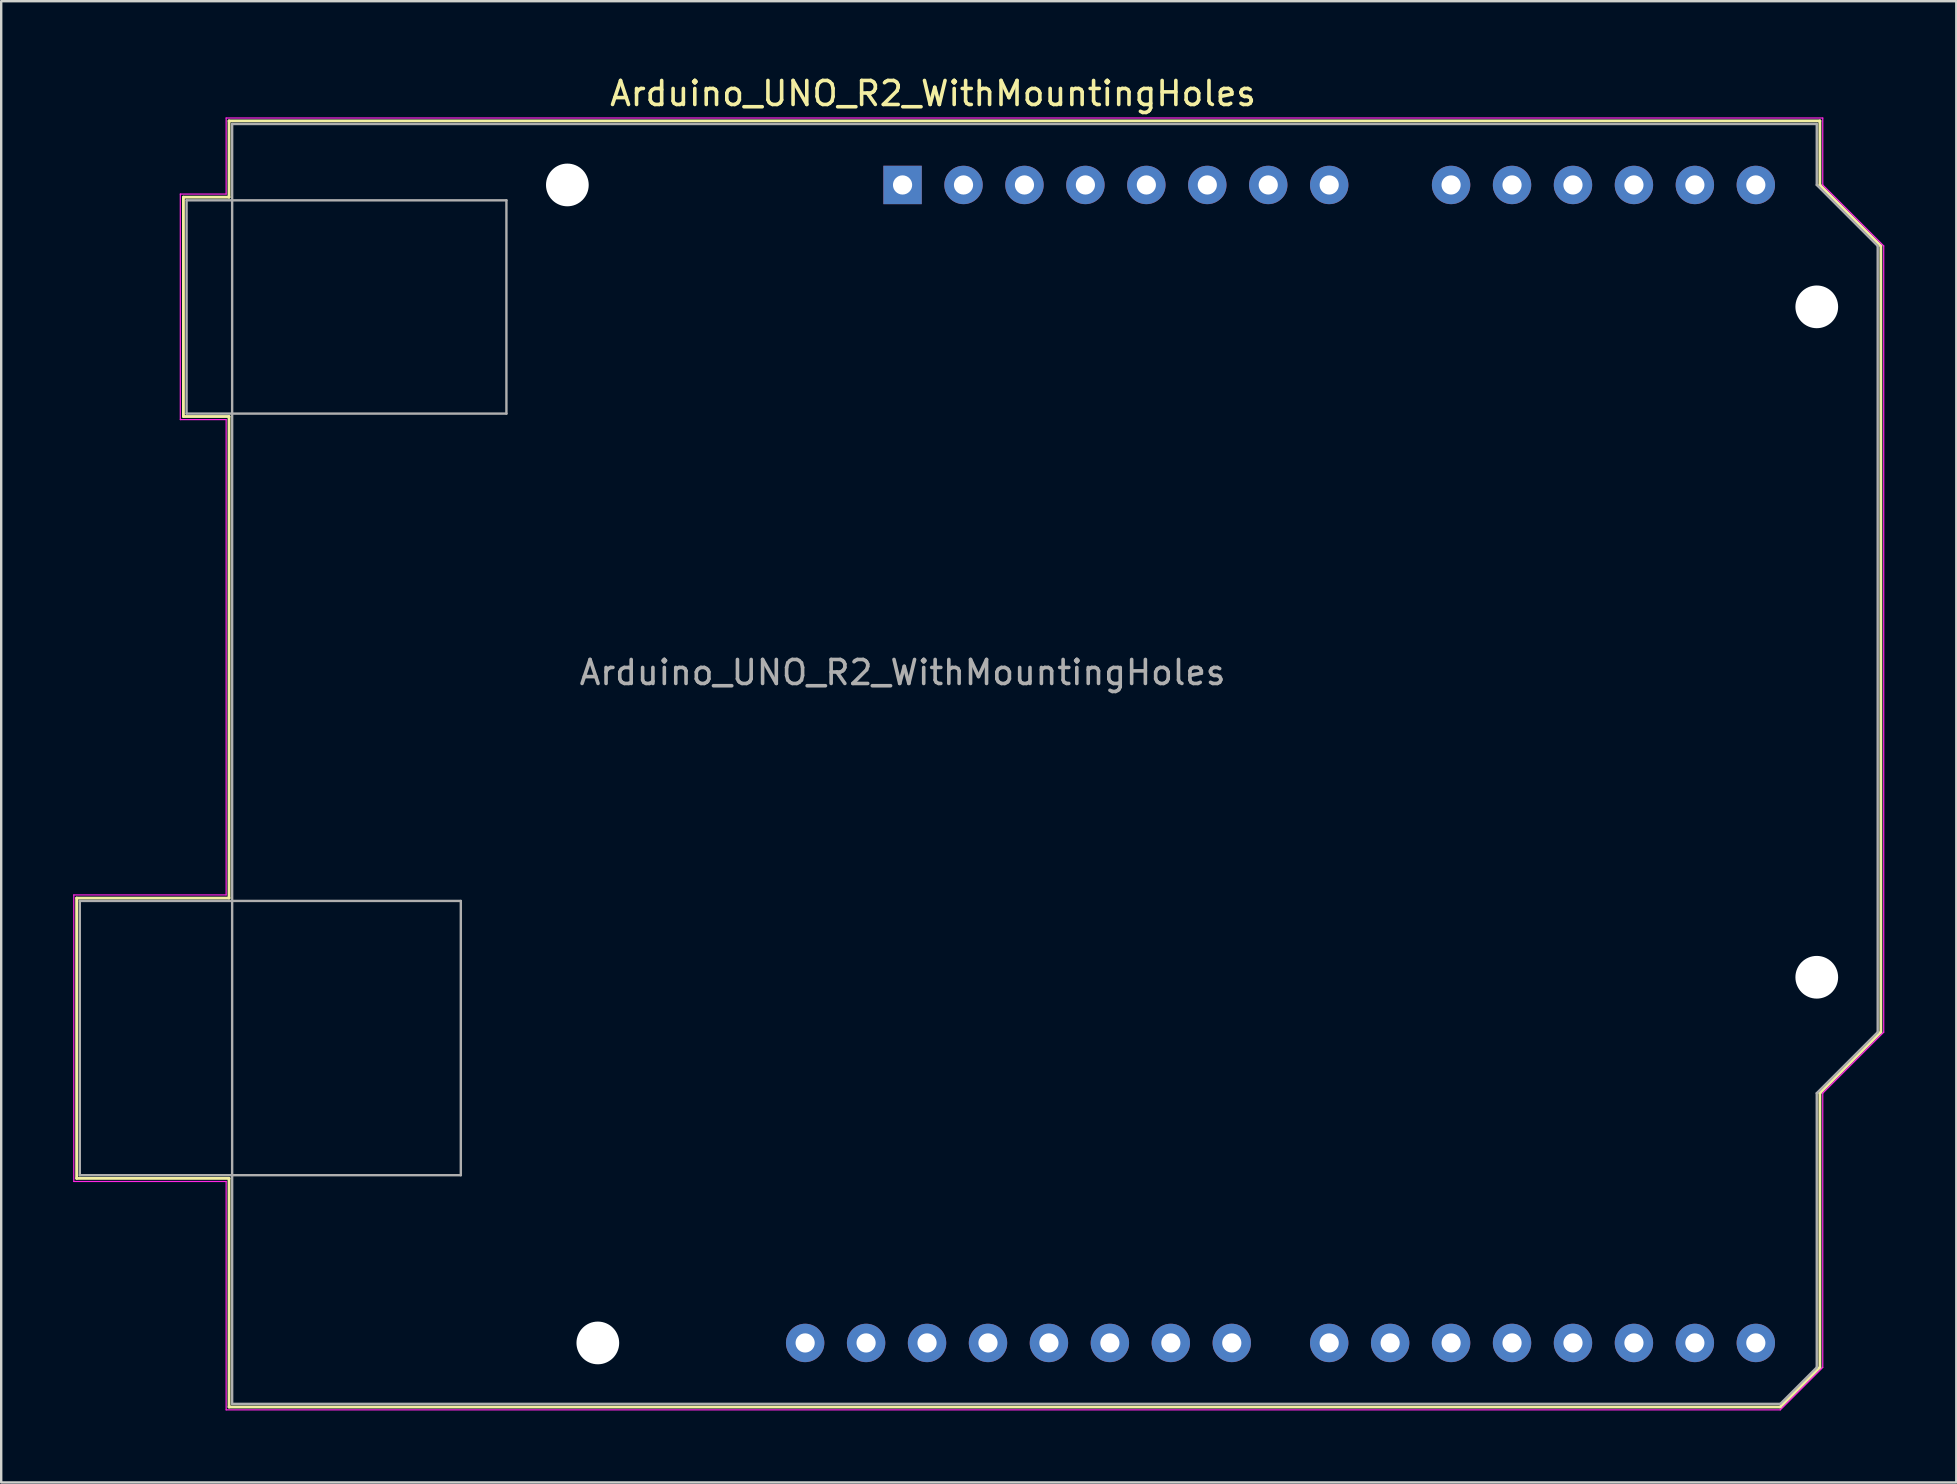
<source format=kicad_pcb>
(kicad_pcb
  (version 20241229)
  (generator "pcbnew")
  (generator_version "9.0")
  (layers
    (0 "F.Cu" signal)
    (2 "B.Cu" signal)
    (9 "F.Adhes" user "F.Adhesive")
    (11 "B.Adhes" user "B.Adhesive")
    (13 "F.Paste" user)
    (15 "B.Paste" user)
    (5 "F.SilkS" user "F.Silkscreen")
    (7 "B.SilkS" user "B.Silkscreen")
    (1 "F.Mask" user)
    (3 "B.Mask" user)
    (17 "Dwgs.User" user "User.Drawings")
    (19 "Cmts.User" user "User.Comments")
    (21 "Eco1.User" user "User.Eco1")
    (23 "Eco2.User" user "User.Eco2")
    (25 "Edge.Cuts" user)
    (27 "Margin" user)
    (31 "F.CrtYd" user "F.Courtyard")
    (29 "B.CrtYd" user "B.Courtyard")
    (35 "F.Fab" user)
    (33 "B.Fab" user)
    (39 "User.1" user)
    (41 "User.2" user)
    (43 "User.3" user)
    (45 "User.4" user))
  (footprint "Arduino_UNO_R2_WithMountingHoles"
    (layer "F.Cu")
    (at 34.565 4.658)
    (property "Reference" "Arduino_UNO_R2_WithMountingHoles" (at 1.27 -3.81 180) (layer "F.SilkS") (effects (font (size 1 1) (thickness 0.15))))
    (attr through_hole)
    (fp_line (start -34.42 29.72) (end -34.42 41.4) (stroke (width 0.12) (type solid)) (layer "F.SilkS"))
    (fp_line (start -34.42 41.4) (end -28.07 41.4) (stroke (width 0.12) (type solid)) (layer "F.SilkS"))
    (fp_line (start -29.97 0.51) (end -29.97 9.65) (stroke (width 0.12) (type solid)) (layer "F.SilkS"))
    (fp_line (start -29.97 9.65) (end -28.07 9.65) (stroke (width 0.12) (type solid)) (layer "F.SilkS"))
    (fp_line (start -28.07 -2.67) (end -28.07 0.51) (stroke (width 0.12) (type solid)) (layer "F.SilkS"))
    (fp_line (start -28.07 0.51) (end -29.97 0.51) (stroke (width 0.12) (type solid)) (layer "F.SilkS"))
    (fp_line (start -28.07 9.65) (end -28.07 29.72) (stroke (width 0.12) (type solid)) (layer "F.SilkS"))
    (fp_line (start -28.07 29.72) (end -34.42 29.72) (stroke (width 0.12) (type solid)) (layer "F.SilkS"))
    (fp_line (start -28.07 41.4) (end -28.07 50.93) (stroke (width 0.12) (type solid)) (layer "F.SilkS"))
    (fp_line (start -28.07 50.93) (end 36.58 50.93) (stroke (width 0.12) (type solid)) (layer "F.SilkS"))
    (fp_line (start 36.58 50.93) (end 38.23 49.28) (stroke (width 0.12) (type solid)) (layer "F.SilkS"))
    (fp_line (start 38.23 -2.67) (end -28.07 -2.67) (stroke (width 0.12) (type solid)) (layer "F.SilkS"))
    (fp_line (start 38.23 0) (end 38.23 -2.67) (stroke (width 0.12) (type solid)) (layer "F.SilkS"))
    (fp_line (start 38.23 37.85) (end 40.77 35.31) (stroke (width 0.12) (type solid)) (layer "F.SilkS"))
    (fp_line (start 38.23 49.28) (end 38.23 37.85) (stroke (width 0.12) (type solid)) (layer "F.SilkS"))
    (fp_line (start 40.77 2.54) (end 38.23 0) (stroke (width 0.12) (type solid)) (layer "F.SilkS"))
    (fp_line (start 40.77 35.31) (end 40.77 2.54) (stroke (width 0.12) (type solid)) (layer "F.SilkS"))
    (fp_line (start -34.54 29.59) (end -28.19 29.59) (stroke (width 0.05) (type solid)) (layer "F.CrtYd"))
    (fp_line (start -34.54 41.53) (end -34.54 29.59) (stroke (width 0.05) (type solid)) (layer "F.CrtYd"))
    (fp_line (start -30.1 0.38) (end -28.19 0.38) (stroke (width 0.05) (type solid)) (layer "F.CrtYd"))
    (fp_line (start -30.1 9.78) (end -30.1 0.38) (stroke (width 0.05) (type solid)) (layer "F.CrtYd"))
    (fp_line (start -28.19 -2.79) (end 38.35 -2.79) (stroke (width 0.05) (type solid)) (layer "F.CrtYd"))
    (fp_line (start -28.19 0.38) (end -28.19 -2.79) (stroke (width 0.05) (type solid)) (layer "F.CrtYd"))
    (fp_line (start -28.19 9.78) (end -30.1 9.78) (stroke (width 0.05) (type solid)) (layer "F.CrtYd"))
    (fp_line (start -28.19 29.59) (end -28.19 9.78) (stroke (width 0.05) (type solid)) (layer "F.CrtYd"))
    (fp_line (start -28.19 41.53) (end -34.54 41.53) (stroke (width 0.05) (type solid)) (layer "F.CrtYd"))
    (fp_line (start -28.19 51.05) (end -28.19 41.53) (stroke (width 0.05) (type solid)) (layer "F.CrtYd"))
    (fp_line (start 36.58 51.05) (end -28.19 51.05) (stroke (width 0.05) (type solid)) (layer "F.CrtYd"))
    (fp_line (start 38.35 -2.79) (end 38.35 0) (stroke (width 0.05) (type solid)) (layer "F.CrtYd"))
    (fp_line (start 38.35 0) (end 40.89 2.54) (stroke (width 0.05) (type solid)) (layer "F.CrtYd"))
    (fp_line (start 38.35 37.85) (end 38.35 49.28) (stroke (width 0.05) (type solid)) (layer "F.CrtYd"))
    (fp_line (start 38.35 49.28) (end 36.58 51.05) (stroke (width 0.05) (type solid)) (layer "F.CrtYd"))
    (fp_line (start 40.89 2.54) (end 40.89 35.31) (stroke (width 0.05) (type solid)) (layer "F.CrtYd"))
    (fp_line (start 40.89 35.31) (end 38.35 37.85) (stroke (width 0.05) (type solid)) (layer "F.CrtYd"))
    (fp_line (start -34.29 29.84) (end -18.41 29.84) (stroke (width 0.1) (type solid)) (layer "F.Fab"))
    (fp_line (start -34.29 41.27) (end -34.29 29.84) (stroke (width 0.1) (type solid)) (layer "F.Fab"))
    (fp_line (start -29.84 0.64) (end -16.51 0.64) (stroke (width 0.1) (type solid)) (layer "F.Fab"))
    (fp_line (start -29.84 9.53) (end -29.84 0.64) (stroke (width 0.1) (type solid)) (layer "F.Fab"))
    (fp_line (start -27.94 -2.54) (end 38.1 -2.54) (stroke (width 0.1) (type solid)) (layer "F.Fab"))
    (fp_line (start -27.94 50.8) (end -27.94 -2.54) (stroke (width 0.1) (type solid)) (layer "F.Fab"))
    (fp_line (start -18.41 29.84) (end -18.41 41.27) (stroke (width 0.1) (type solid)) (layer "F.Fab"))
    (fp_line (start -18.41 41.27) (end -34.29 41.27) (stroke (width 0.1) (type solid)) (layer "F.Fab"))
    (fp_line (start -16.51 0.64) (end -16.51 9.53) (stroke (width 0.1) (type solid)) (layer "F.Fab"))
    (fp_line (start -16.51 9.53) (end -29.84 9.53) (stroke (width 0.1) (type solid)) (layer "F.Fab"))
    (fp_line (start 36.58 50.8) (end -27.94 50.8) (stroke (width 0.1) (type solid)) (layer "F.Fab"))
    (fp_line (start 38.1 -2.54) (end 38.1 0) (stroke (width 0.1) (type solid)) (layer "F.Fab"))
    (fp_line (start 38.1 0) (end 40.64 2.54) (stroke (width 0.1) (type solid)) (layer "F.Fab"))
    (fp_line (start 38.1 37.85) (end 38.1 49.28) (stroke (width 0.1) (type solid)) (layer "F.Fab"))
    (fp_line (start 38.1 49.28) (end 36.58 50.8) (stroke (width 0.1) (type solid)) (layer "F.Fab"))
    (fp_line (start 40.64 2.54) (end 40.64 35.31) (stroke (width 0.1) (type solid)) (layer "F.Fab"))
    (fp_line (start 40.64 35.31) (end 38.1 37.85) (stroke (width 0.1) (type solid)) (layer "F.Fab"))
    (fp_text user "${REFERENCE}" (at 0 20.32 180) (layer "F.Fab") (effects (font (size 1 1) (thickness 0.15))))
    (pad "" np_thru_hole circle (at -13.97 0 90) (size 1.78 1.78) (drill 1.78) (layers "*.Cu" "*.Mask"))
    (pad "" np_thru_hole circle (at -12.7 48.26 90) (size 1.78 1.78) (drill 1.78) (layers "*.Cu" "*.Mask"))
    (pad "" np_thru_hole circle (at 38.1 5.08 90) (size 1.78 1.78) (drill 1.78) (layers "*.Cu" "*.Mask"))
    (pad "" np_thru_hole circle (at 38.1 33.02 90) (size 1.78 1.78) (drill 1.78) (layers "*.Cu" "*.Mask"))
    (pad "1" thru_hole rect (at 0 0 90) (size 1.6 1.6) (drill 0.8) (layers "*.Cu" "*.Mask"))
    (pad "2" thru_hole oval (at 2.54 0 90) (size 1.6 1.6) (drill 0.8) (layers "*.Cu" "*.Mask"))
    (pad "3" thru_hole oval (at 5.08 0 90) (size 1.6 1.6) (drill 0.8) (layers "*.Cu" "*.Mask"))
    (pad "4" thru_hole oval (at 7.62 0 90) (size 1.6 1.6) (drill 0.8) (layers "*.Cu" "*.Mask"))
    (pad "5" thru_hole oval (at 10.16 0 90) (size 1.6 1.6) (drill 0.8) (layers "*.Cu" "*.Mask"))
    (pad "6" thru_hole oval (at 12.7 0 90) (size 1.6 1.6) (drill 0.8) (layers "*.Cu" "*.Mask"))
    (pad "7" thru_hole oval (at 15.24 0 90) (size 1.6 1.6) (drill 0.8) (layers "*.Cu" "*.Mask"))
    (pad "8" thru_hole oval (at 17.78 0 90) (size 1.6 1.6) (drill 0.8) (layers "*.Cu" "*.Mask"))
    (pad "9" thru_hole oval (at 22.86 0 90) (size 1.6 1.6) (drill 0.8) (layers "*.Cu" "*.Mask"))
    (pad "10" thru_hole oval (at 25.4 0 90) (size 1.6 1.6) (drill 0.8) (layers "*.Cu" "*.Mask"))
    (pad "11" thru_hole oval (at 27.94 0 90) (size 1.6 1.6) (drill 0.8) (layers "*.Cu" "*.Mask"))
    (pad "12" thru_hole oval (at 30.48 0 90) (size 1.6 1.6) (drill 0.8) (layers "*.Cu" "*.Mask"))
    (pad "13" thru_hole oval (at 33.02 0 90) (size 1.6 1.6) (drill 0.8) (layers "*.Cu" "*.Mask"))
    (pad "14" thru_hole oval (at 35.56 0 90) (size 1.6 1.6) (drill 0.8) (layers "*.Cu" "*.Mask"))
    (pad "15" thru_hole oval (at 35.56 48.26 90) (size 1.6 1.6) (drill 0.8) (layers "*.Cu" "*.Mask"))
    (pad "16" thru_hole oval (at 33.02 48.26 90) (size 1.6 1.6) (drill 0.8) (layers "*.Cu" "*.Mask"))
    (pad "17" thru_hole oval (at 30.48 48.26 90) (size 1.6 1.6) (drill 0.8) (layers "*.Cu" "*.Mask"))
    (pad "18" thru_hole oval (at 27.94 48.26 90) (size 1.6 1.6) (drill 0.8) (layers "*.Cu" "*.Mask"))
    (pad "19" thru_hole oval (at 25.4 48.26 90) (size 1.6 1.6) (drill 0.8) (layers "*.Cu" "*.Mask"))
    (pad "20" thru_hole oval (at 22.86 48.26 90) (size 1.6 1.6) (drill 0.8) (layers "*.Cu" "*.Mask"))
    (pad "21" thru_hole oval (at 20.32 48.26 90) (size 1.6 1.6) (drill 0.8) (layers "*.Cu" "*.Mask"))
    (pad "22" thru_hole oval (at 17.78 48.26 90) (size 1.6 1.6) (drill 0.8) (layers "*.Cu" "*.Mask"))
    (pad "23" thru_hole oval (at 13.72 48.26 90) (size 1.6 1.6) (drill 0.8) (layers "*.Cu" "*.Mask"))
    (pad "24" thru_hole oval (at 11.18 48.26 90) (size 1.6 1.6) (drill 0.8) (layers "*.Cu" "*.Mask"))
    (pad "25" thru_hole oval (at 8.64 48.26 90) (size 1.6 1.6) (drill 0.8) (layers "*.Cu" "*.Mask"))
    (pad "26" thru_hole oval (at 6.1 48.26 90) (size 1.6 1.6) (drill 0.8) (layers "*.Cu" "*.Mask"))
    (pad "27" thru_hole oval (at 3.56 48.26 90) (size 1.6 1.6) (drill 0.8) (layers "*.Cu" "*.Mask"))
    (pad "28" thru_hole oval (at 1.02 48.26 90) (size 1.6 1.6) (drill 0.8) (layers "*.Cu" "*.Mask"))
    (pad "29" thru_hole oval (at -1.52 48.26 90) (size 1.6 1.6) (drill 0.8) (layers "*.Cu" "*.Mask"))
    (pad "30" thru_hole oval (at -4.06 48.26 90) (size 1.6 1.6) (drill 0.8) (layers "*.Cu" "*.Mask")))
  (gr_rect
    (start -3 -3)
    (end 78.48 58.733)
    (stroke (width 0.1) (type default))
    (fill no)
    (layer "Edge.Cuts")))
</source>
